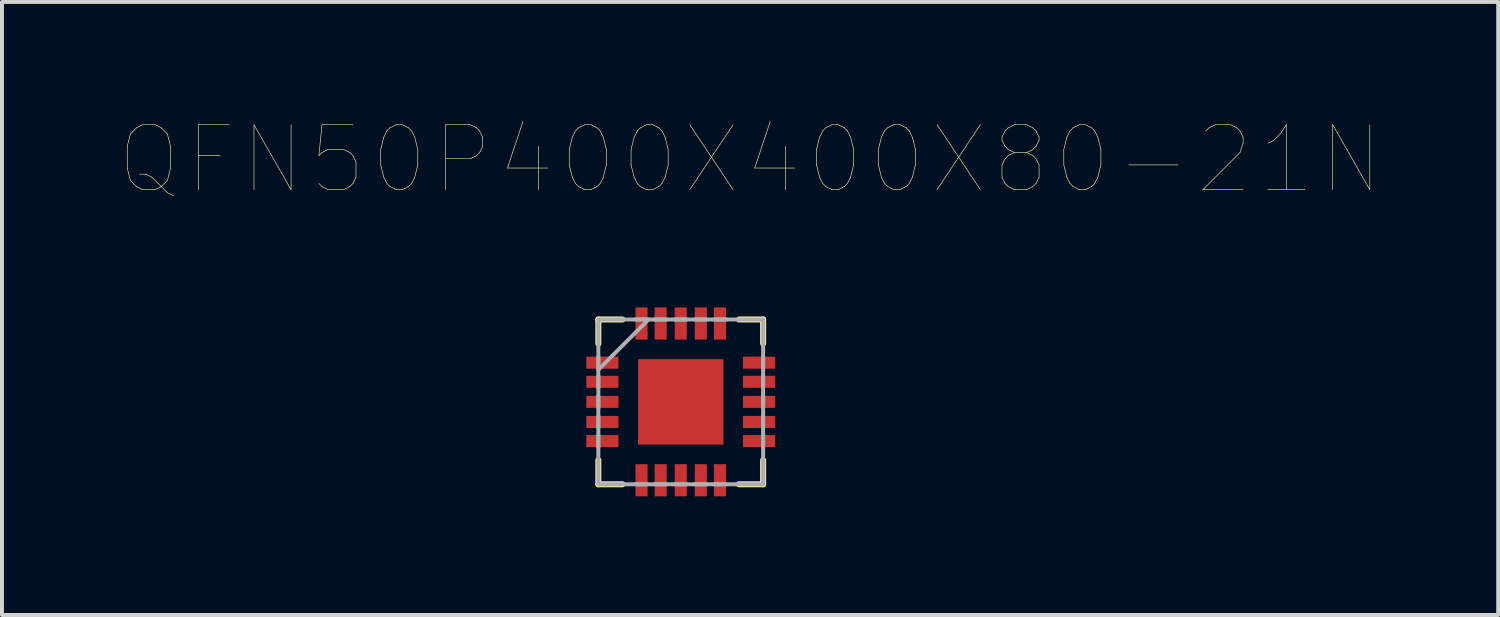
<source format=kicad_pcb>
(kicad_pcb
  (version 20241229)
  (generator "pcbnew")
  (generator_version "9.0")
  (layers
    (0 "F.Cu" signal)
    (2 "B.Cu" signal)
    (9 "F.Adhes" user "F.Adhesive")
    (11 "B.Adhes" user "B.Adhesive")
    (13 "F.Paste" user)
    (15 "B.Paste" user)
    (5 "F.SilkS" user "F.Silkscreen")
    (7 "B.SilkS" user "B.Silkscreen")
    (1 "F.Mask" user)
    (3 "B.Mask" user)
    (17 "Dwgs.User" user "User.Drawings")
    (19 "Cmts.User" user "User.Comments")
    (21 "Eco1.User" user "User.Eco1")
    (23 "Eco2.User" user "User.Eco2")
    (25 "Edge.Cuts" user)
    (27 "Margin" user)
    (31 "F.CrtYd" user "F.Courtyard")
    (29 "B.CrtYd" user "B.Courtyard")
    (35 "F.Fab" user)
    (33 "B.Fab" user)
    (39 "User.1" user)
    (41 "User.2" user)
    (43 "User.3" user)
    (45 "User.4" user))
  (footprint "QFN50P400X400X80-21N"
    (layer "F.Cu")
    (at 14.16 7.11)
    (property "Reference" "QFN50P400X400X80-21N" (at 1.753 -6.124 0) (layer "F.SilkS") (effects (font (size 1.641 1.641) (thickness 0.015))))
    (attr through_hole)
    (fp_line (start -2.083 -2.083) (end -2.083 -1.473) (stroke (width 0.152) (type solid)) (layer "F.SilkS"))
    (fp_line (start -2.083 1.473) (end -2.083 2.083) (stroke (width 0.152) (type solid)) (layer "F.SilkS"))
    (fp_line (start -2.083 2.083) (end -1.473 2.083) (stroke (width 0.152) (type solid)) (layer "F.SilkS"))
    (fp_line (start -1.473 -2.083) (end -2.083 -2.083) (stroke (width 0.152) (type solid)) (layer "F.SilkS"))
    (fp_line (start 1.473 2.083) (end 2.083 2.083) (stroke (width 0.152) (type solid)) (layer "F.SilkS"))
    (fp_line (start 2.083 -2.083) (end 1.473 -2.083) (stroke (width 0.152) (type solid)) (layer "F.SilkS"))
    (fp_line (start 2.083 -1.473) (end 2.083 -2.083) (stroke (width 0.152) (type solid)) (layer "F.SilkS"))
    (fp_line (start 2.083 2.083) (end 2.083 1.473) (stroke (width 0.152) (type solid)) (layer "F.SilkS"))
    (fp_line (start -2.083 -2.083) (end -2.083 2.083) (stroke (width 0.1) (type solid)) (layer "F.Fab"))
    (fp_line (start -2.083 -1.143) (end -2.083 -0.838) (stroke (width 0.1) (type solid)) (layer "F.Fab"))
    (fp_line (start -2.083 -0.813) (end -0.813 -2.083) (stroke (width 0.1) (type solid)) (layer "F.Fab"))
    (fp_line (start -2.083 -0.66) (end -2.083 -0.356) (stroke (width 0.1) (type solid)) (layer "F.Fab"))
    (fp_line (start -2.083 -0.152) (end -2.083 0.152) (stroke (width 0.1) (type solid)) (layer "F.Fab"))
    (fp_line (start -2.083 0.356) (end -2.083 0.66) (stroke (width 0.1) (type solid)) (layer "F.Fab"))
    (fp_line (start -2.083 0.838) (end -2.083 1.143) (stroke (width 0.1) (type solid)) (layer "F.Fab"))
    (fp_line (start -2.083 2.083) (end 2.083 2.083) (stroke (width 0.1) (type solid)) (layer "F.Fab"))
    (fp_line (start -1.143 2.083) (end -0.838 2.083) (stroke (width 0.1) (type solid)) (layer "F.Fab"))
    (fp_line (start -0.838 -2.083) (end -1.143 -2.083) (stroke (width 0.1) (type solid)) (layer "F.Fab"))
    (fp_line (start -0.66 2.083) (end -0.356 2.083) (stroke (width 0.1) (type solid)) (layer "F.Fab"))
    (fp_line (start -0.356 -2.083) (end -0.66 -2.083) (stroke (width 0.1) (type solid)) (layer "F.Fab"))
    (fp_line (start -0.152 2.083) (end 0.152 2.083) (stroke (width 0.1) (type solid)) (layer "F.Fab"))
    (fp_line (start 0.152 -2.083) (end -0.152 -2.083) (stroke (width 0.1) (type solid)) (layer "F.Fab"))
    (fp_line (start 0.356 2.083) (end 0.66 2.083) (stroke (width 0.1) (type solid)) (layer "F.Fab"))
    (fp_line (start 0.66 -2.083) (end 0.356 -2.083) (stroke (width 0.1) (type solid)) (layer "F.Fab"))
    (fp_line (start 0.838 2.083) (end 1.143 2.083) (stroke (width 0.1) (type solid)) (layer "F.Fab"))
    (fp_line (start 1.143 -2.083) (end 0.838 -2.083) (stroke (width 0.1) (type solid)) (layer "F.Fab"))
    (fp_line (start 2.083 -2.083) (end -2.083 -2.083) (stroke (width 0.1) (type solid)) (layer "F.Fab"))
    (fp_line (start 2.083 -0.838) (end 2.083 -1.143) (stroke (width 0.1) (type solid)) (layer "F.Fab"))
    (fp_line (start 2.083 -0.356) (end 2.083 -0.66) (stroke (width 0.1) (type solid)) (layer "F.Fab"))
    (fp_line (start 2.083 0.152) (end 2.083 -0.152) (stroke (width 0.1) (type solid)) (layer "F.Fab"))
    (fp_line (start 2.083 0.66) (end 2.083 0.356) (stroke (width 0.1) (type solid)) (layer "F.Fab"))
    (fp_line (start 2.083 1.143) (end 2.083 0.838) (stroke (width 0.1) (type solid)) (layer "F.Fab"))
    (fp_line (start 2.083 2.083) (end 2.083 -2.083) (stroke (width 0.1) (type solid)) (layer "F.Fab"))
    (pad "1" smd rect (at -1.981 -0.991) (size 0.813 0.305) (layers "F.Cu" "F.Mask" "F.Paste"))
    (pad "2" smd rect (at -1.981 -0.508) (size 0.813 0.305) (layers "F.Cu" "F.Mask" "F.Paste"))
    (pad "3" smd rect (at -1.981 0) (size 0.813 0.305) (layers "F.Cu" "F.Mask" "F.Paste"))
    (pad "4" smd rect (at -1.981 0.508) (size 0.813 0.305) (layers "F.Cu" "F.Mask" "F.Paste"))
    (pad "5" smd rect (at -1.981 0.991) (size 0.813 0.305) (layers "F.Cu" "F.Mask" "F.Paste"))
    (pad "6" smd rect (at -0.991 1.981) (size 0.305 0.813) (layers "F.Cu" "F.Mask" "F.Paste"))
    (pad "7" smd rect (at -0.508 1.981) (size 0.305 0.813) (layers "F.Cu" "F.Mask" "F.Paste"))
    (pad "8" smd rect (at 0 1.981) (size 0.305 0.813) (layers "F.Cu" "F.Mask" "F.Paste"))
    (pad "9" smd rect (at 0.508 1.981) (size 0.305 0.813) (layers "F.Cu" "F.Mask" "F.Paste"))
    (pad "10" smd rect (at 0.991 1.981) (size 0.305 0.813) (layers "F.Cu" "F.Mask" "F.Paste"))
    (pad "11" smd rect (at 1.981 0.991) (size 0.813 0.305) (layers "F.Cu" "F.Mask" "F.Paste"))
    (pad "12" smd rect (at 1.981 0.508) (size 0.813 0.305) (layers "F.Cu" "F.Mask" "F.Paste"))
    (pad "13" smd rect (at 1.981 0) (size 0.813 0.305) (layers "F.Cu" "F.Mask" "F.Paste"))
    (pad "14" smd rect (at 1.981 -0.508) (size 0.813 0.305) (layers "F.Cu" "F.Mask" "F.Paste"))
    (pad "15" smd rect (at 1.981 -0.991) (size 0.813 0.305) (layers "F.Cu" "F.Mask" "F.Paste"))
    (pad "16" smd rect (at 0.991 -1.981) (size 0.305 0.813) (layers "F.Cu" "F.Mask" "F.Paste"))
    (pad "17" smd rect (at 0.508 -1.981) (size 0.305 0.813) (layers "F.Cu" "F.Mask" "F.Paste"))
    (pad "18" smd rect (at 0 -1.981) (size 0.305 0.813) (layers "F.Cu" "F.Mask" "F.Paste"))
    (pad "19" smd rect (at -0.508 -1.981) (size 0.305 0.813) (layers "F.Cu" "F.Mask" "F.Paste"))
    (pad "20" smd rect (at -0.991 -1.981) (size 0.305 0.813) (layers "F.Cu" "F.Mask" "F.Paste"))
    (pad "21" smd rect (at 0 0) (size 2.159 2.159) (layers "F.Cu" "F.Mask" "F.Paste")))
  (gr_rect
    (start -3 -3)
    (end 34.827 12.498)
    (stroke (width 0.1) (type default))
    (fill no)
    (layer "Edge.Cuts")))
</source>
